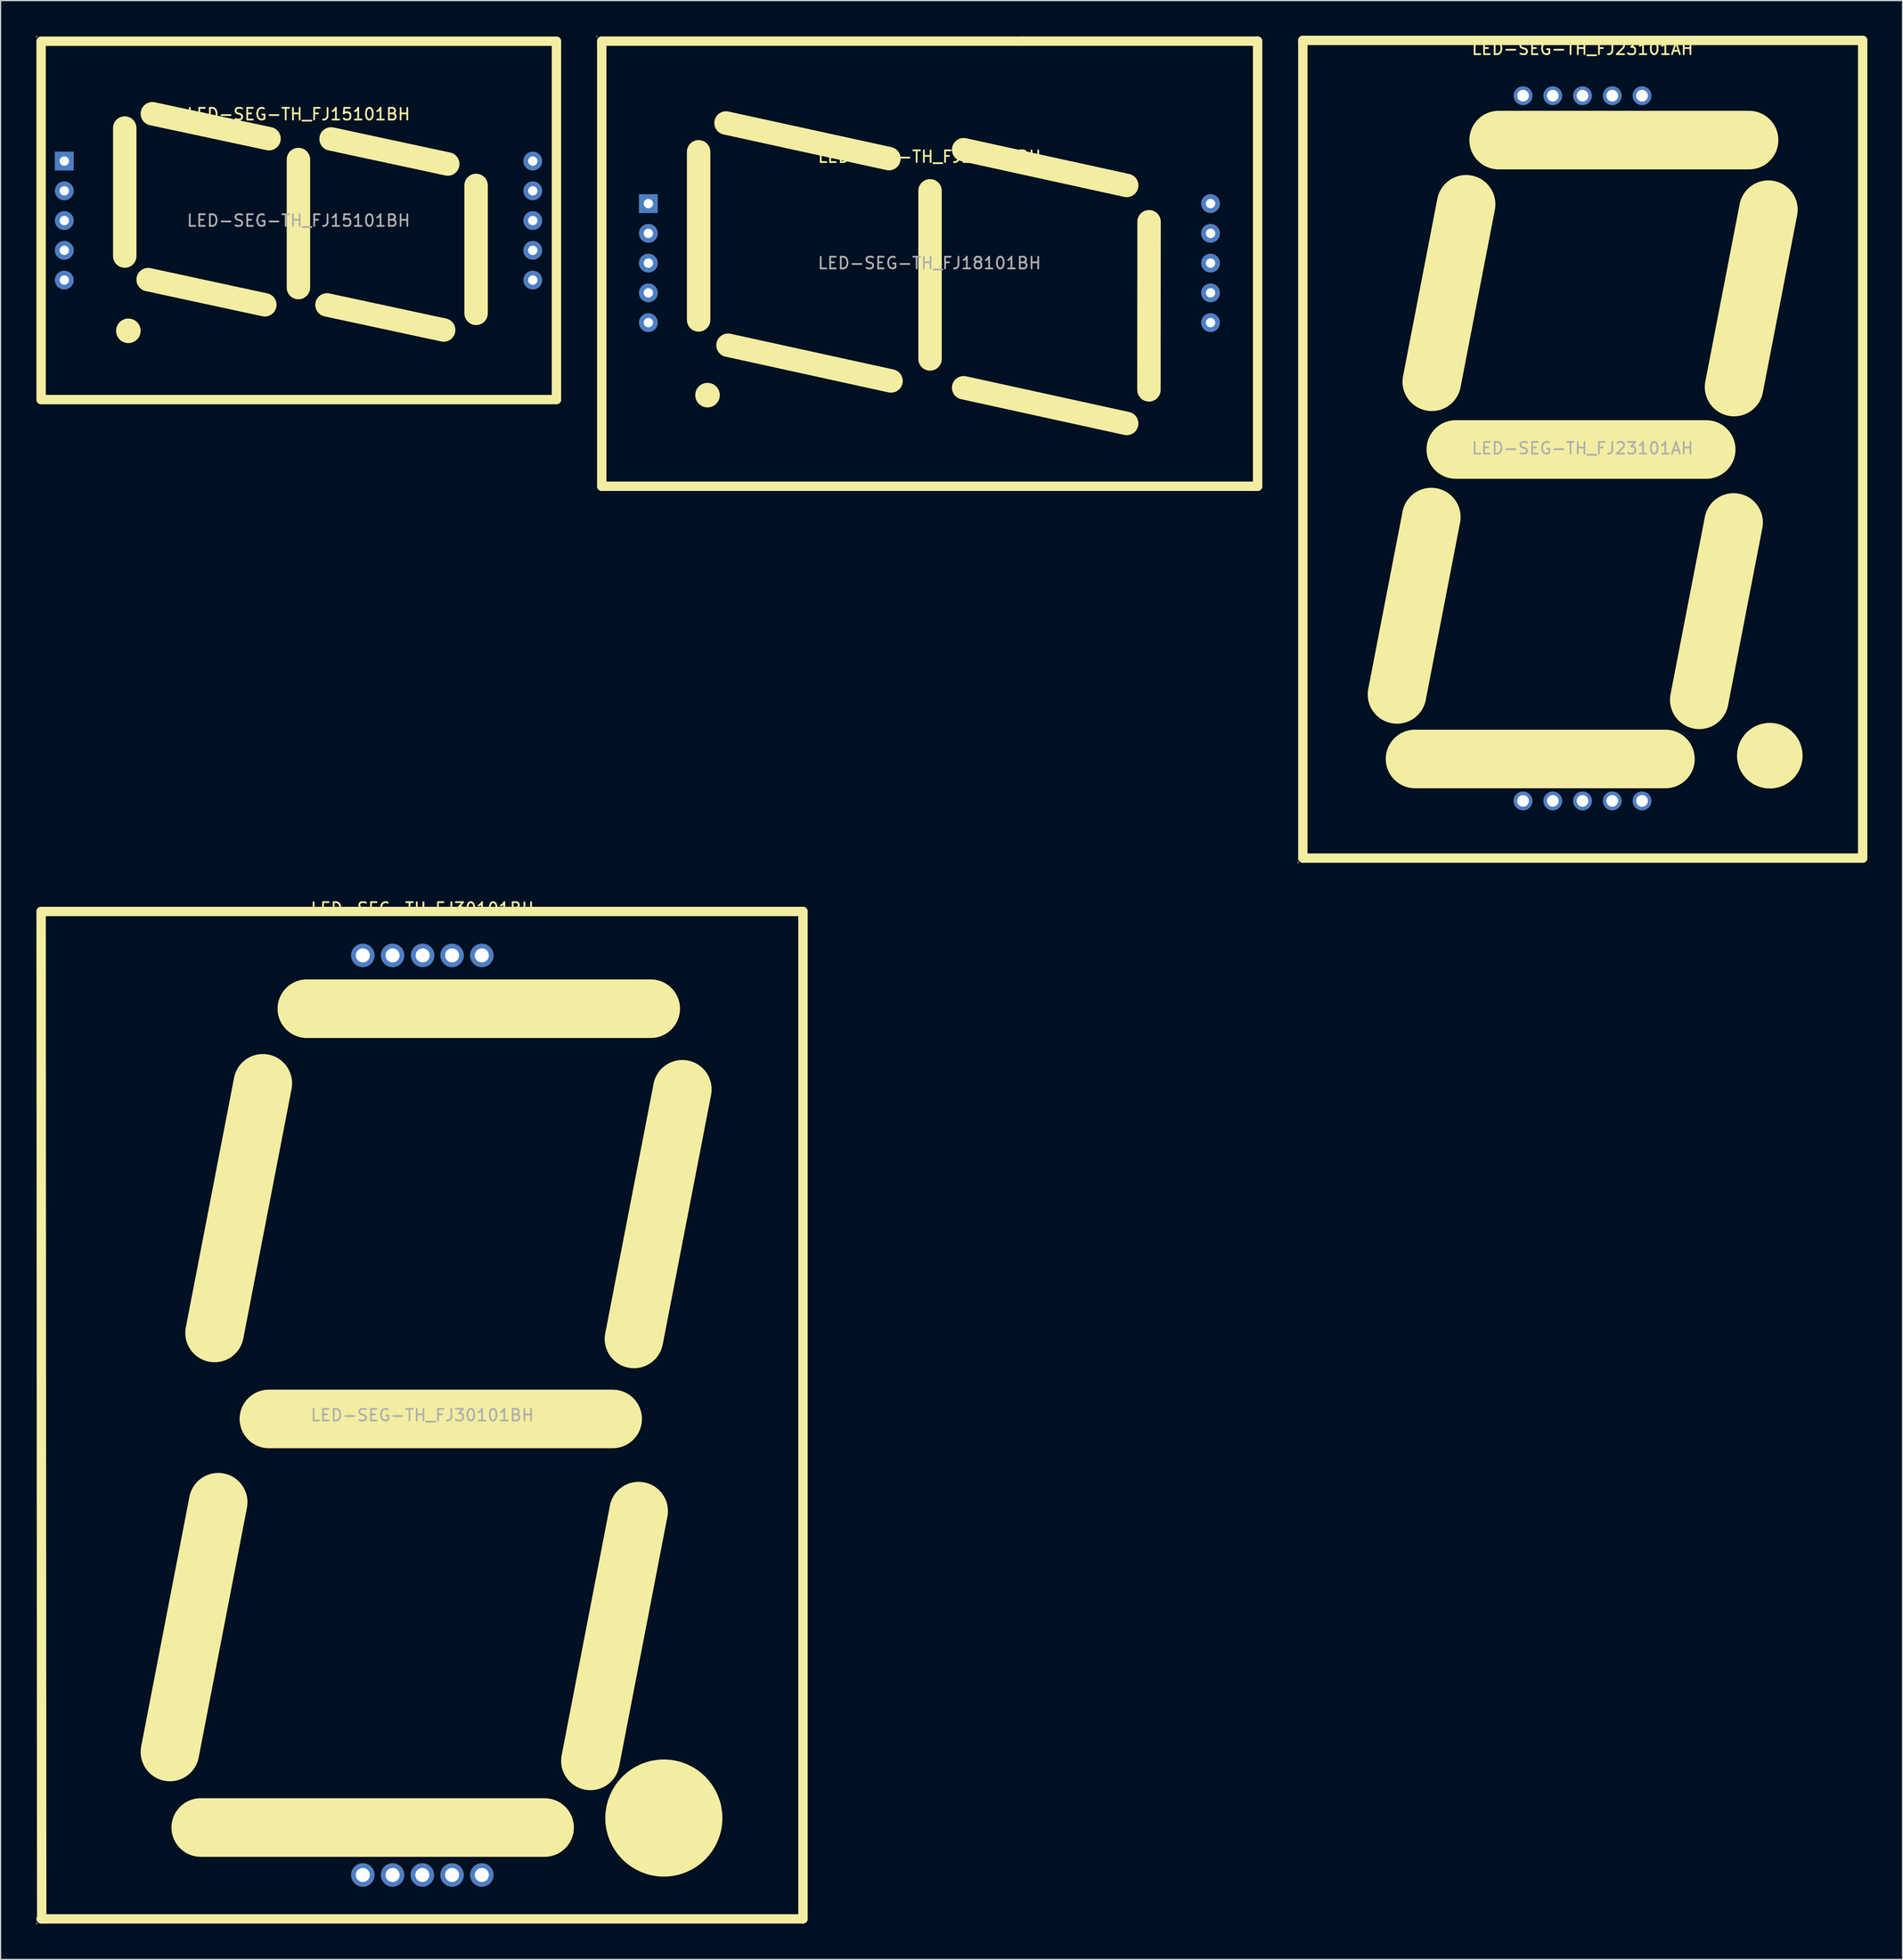
<source format=kicad_pcb>
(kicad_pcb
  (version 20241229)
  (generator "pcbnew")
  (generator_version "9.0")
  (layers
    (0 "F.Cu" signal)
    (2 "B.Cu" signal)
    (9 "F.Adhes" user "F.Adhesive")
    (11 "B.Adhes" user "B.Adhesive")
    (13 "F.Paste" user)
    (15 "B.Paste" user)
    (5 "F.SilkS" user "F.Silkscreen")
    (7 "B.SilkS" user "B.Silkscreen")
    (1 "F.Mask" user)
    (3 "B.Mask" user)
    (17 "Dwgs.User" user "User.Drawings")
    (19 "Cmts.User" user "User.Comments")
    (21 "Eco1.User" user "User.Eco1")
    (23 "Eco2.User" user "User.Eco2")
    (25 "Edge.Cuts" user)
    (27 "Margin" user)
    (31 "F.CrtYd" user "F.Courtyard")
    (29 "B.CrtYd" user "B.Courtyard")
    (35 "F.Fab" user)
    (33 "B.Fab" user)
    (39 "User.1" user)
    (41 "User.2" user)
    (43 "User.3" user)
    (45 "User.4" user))
  (footprint "LED-SEG-TH_FJ15101BH"
    (layer "F.Cu")
    (at 22.44 15.78)
    (property "Reference" "LED-SEG-TH_FJ15101BH" (at 0 -9.08 0) (layer "F.SilkS") (effects (font (size 1 1) (thickness 0.15))))
    (attr through_hole)
    (fp_line (start -21.98 -15.31) (end -21.98 15.28) (stroke (width 0.8) (type solid)) (layer "F.SilkS"))
    (fp_line (start -21.98 15.28) (end 22.02 15.28) (stroke (width 0.8) (type solid)) (layer "F.SilkS"))
    (fp_line (start -14.84 3.03) (end -14.84 -7.9) (stroke (width 2) (type solid)) (layer "F.SilkS"))
    (fp_line (start -12.84 5.04) (end -2.88 7.19) (stroke (width 2) (type solid)) (layer "F.SilkS"))
    (fp_line (start -12.48 -9.12) (end -2.52 -6.99) (stroke (width 2) (type solid)) (layer "F.SilkS"))
    (fp_line (start -0.01 5.72) (end -0.01 -5.21) (stroke (width 2) (type solid)) (layer "F.SilkS"))
    (fp_line (start 2.43 7.2) (end 12.39 9.34) (stroke (width 2) (type solid)) (layer "F.SilkS"))
    (fp_line (start 2.78 -6.97) (end 12.74 -4.83) (stroke (width 2) (type solid)) (layer "F.SilkS"))
    (fp_line (start 15.16 7.92) (end 15.16 -3) (stroke (width 2) (type solid)) (layer "F.SilkS"))
    (fp_line (start 22.02 -15.31) (end -21.98 -15.31) (stroke (width 0.8) (type solid)) (layer "F.SilkS"))
    (fp_line (start 22.02 15.28) (end 22.02 -15.31) (stroke (width 0.8) (type solid)) (layer "F.SilkS"))
    (fp_arc (start -14.23 9.41) (mid -14.829958 9.415) (end -14.230167 9.400001) (stroke (width 1.5) (type solid)) (layer "F.SilkS"))
    (fp_circle (center -22.38 -15.72) (end -22.35 -15.72) (stroke (width 0.06) (type solid)) (fill no) (layer "F.Fab"))
    (fp_circle (center -20 -5.08) (end -19.85 -5.08) (stroke (width 0.3) (type solid)) (fill no) (layer "F.Fab"))
    (fp_circle (center -20 -2.54) (end -19.85 -2.54) (stroke (width 0.3) (type solid)) (fill no) (layer "F.Fab"))
    (fp_circle (center -20 0) (end -19.85 0) (stroke (width 0.3) (type solid)) (fill no) (layer "F.Fab"))
    (fp_circle (center -20 2.54) (end -19.85 2.54) (stroke (width 0.3) (type solid)) (fill no) (layer "F.Fab"))
    (fp_circle (center -20 5.08) (end -19.85 5.08) (stroke (width 0.3) (type solid)) (fill no) (layer "F.Fab"))
    (fp_circle (center 20 -5.08) (end 20.15 -5.08) (stroke (width 0.3) (type solid)) (fill no) (layer "F.Fab"))
    (fp_circle (center 20 -2.54) (end 20.15 -2.54) (stroke (width 0.3) (type solid)) (fill no) (layer "F.Fab"))
    (fp_circle (center 20 0) (end 20.15 0) (stroke (width 0.3) (type solid)) (fill no) (layer "F.Fab"))
    (fp_circle (center 20 2.54) (end 20.15 2.54) (stroke (width 0.3) (type solid)) (fill no) (layer "F.Fab"))
    (fp_circle (center 20 5.08) (end 20.15 5.08) (stroke (width 0.3) (type solid)) (fill no) (layer "F.Fab"))
    (fp_text user "${REFERENCE}" (at 0 0 0) (layer "F.Fab") (effects (font (size 1 1) (thickness 0.15))))
    (pad "1" thru_hole rect (at -20 -5.08 180) (size 1.6 1.6) (drill 0.8) (layers "*.Cu" "*.Paste" "*.Mask"))
    (pad "2" thru_hole circle (at -20 -2.54 180) (size 1.6 1.6) (drill 0.8) (layers "*.Cu" "*.Paste" "*.Mask"))
    (pad "3" thru_hole circle (at -20 0 180) (size 1.6 1.6) (drill 0.8) (layers "*.Cu" "*.Paste" "*.Mask"))
    (pad "4" thru_hole circle (at -20 2.54 180) (size 1.6 1.6) (drill 0.8) (layers "*.Cu" "*.Paste" "*.Mask"))
    (pad "5" thru_hole circle (at -20 5.08 180) (size 1.6 1.6) (drill 0.8) (layers "*.Cu" "*.Paste" "*.Mask"))
    (pad "6" thru_hole circle (at 20 5.08 180) (size 1.6 1.6) (drill 0.8) (layers "*.Cu" "*.Paste" "*.Mask"))
    (pad "7" thru_hole circle (at 20 2.54 180) (size 1.6 1.6) (drill 0.8) (layers "*.Cu" "*.Paste" "*.Mask"))
    (pad "8" thru_hole circle (at 20 0 180) (size 1.6 1.6) (drill 0.8) (layers "*.Cu" "*.Paste" "*.Mask"))
    (pad "9" thru_hole circle (at 20 -2.54 180) (size 1.6 1.6) (drill 0.8) (layers "*.Cu" "*.Paste" "*.Mask"))
    (pad "10" thru_hole circle (at 20 -5.08 180) (size 1.6 1.6) (drill 0.8) (layers "*.Cu" "*.Paste" "*.Mask")))
  (footprint "LED-SEG-TH_FJ18101BH"
    (layer "F.Cu")
    (at 76.31 19.41)
    (property "Reference" "LED-SEG-TH_FJ18101BH" (at 0 -9.08 0) (layer "F.SilkS") (effects (font (size 1 1) (thickness 0.15))))
    (attr through_hole)
    (fp_line (start -27.98 -18.95) (end -27.98 19.05) (stroke (width 0.8) (type solid)) (layer "F.SilkS"))
    (fp_line (start -27.98 19.05) (end 28.02 19.05) (stroke (width 0.8) (type solid)) (layer "F.SilkS"))
    (fp_line (start -19.71 4.85) (end -19.71 -9.5) (stroke (width 2) (type solid)) (layer "F.SilkS"))
    (fp_line (start -17.37 -11.96) (end -3.46 -8.92) (stroke (width 2) (type solid)) (layer "F.SilkS"))
    (fp_line (start -17.2 7.01) (end -3.28 10.06) (stroke (width 2) (type solid)) (layer "F.SilkS"))
    (fp_line (start 0.05 8.18) (end 0.05 -6.17) (stroke (width 2) (type solid)) (layer "F.SilkS"))
    (fp_line (start 2.92 -9.68) (end 16.84 -6.63) (stroke (width 2) (type solid)) (layer "F.SilkS"))
    (fp_line (start 2.92 10.64) (end 16.84 13.69) (stroke (width 2) (type solid)) (layer "F.SilkS"))
    (fp_line (start 7.96 -18.95) (end -27.98 -18.95) (stroke (width 0.8) (type solid)) (layer "F.SilkS"))
    (fp_line (start 18.74 10.82) (end 18.75 -3.53) (stroke (width 2) (type solid)) (layer "F.SilkS"))
    (fp_line (start 28.02 -18.95) (end 7.96 -18.95) (stroke (width 0.8) (type solid)) (layer "F.SilkS"))
    (fp_line (start 28.02 19.05) (end 28.02 -18.95) (stroke (width 0.8) (type solid)) (layer "F.SilkS"))
    (fp_arc (start -18.65 11.27) (mid -19.249958 11.275) (end -18.650167 11.260001) (stroke (width 1.5) (type solid)) (layer "F.SilkS"))
    (fp_circle (center -28.39 -19.35) (end -28.36 -19.35) (stroke (width 0.06) (type solid)) (fill no) (layer "F.Fab"))
    (fp_circle (center -24 -5.08) (end -23.85 -5.08) (stroke (width 0.3) (type solid)) (fill no) (layer "F.Fab"))
    (fp_circle (center -24 -2.54) (end -23.85 -2.54) (stroke (width 0.3) (type solid)) (fill no) (layer "F.Fab"))
    (fp_circle (center -24 0) (end -23.85 0) (stroke (width 0.3) (type solid)) (fill no) (layer "F.Fab"))
    (fp_circle (center -24 2.54) (end -23.85 2.54) (stroke (width 0.3) (type solid)) (fill no) (layer "F.Fab"))
    (fp_circle (center -24 5.08) (end -23.85 5.08) (stroke (width 0.3) (type solid)) (fill no) (layer "F.Fab"))
    (fp_circle (center 24 -5.08) (end 24.15 -5.08) (stroke (width 0.3) (type solid)) (fill no) (layer "F.Fab"))
    (fp_circle (center 24 -2.54) (end 24.15 -2.54) (stroke (width 0.3) (type solid)) (fill no) (layer "F.Fab"))
    (fp_circle (center 24 0) (end 24.15 0) (stroke (width 0.3) (type solid)) (fill no) (layer "F.Fab"))
    (fp_circle (center 24 2.54) (end 24.15 2.54) (stroke (width 0.3) (type solid)) (fill no) (layer "F.Fab"))
    (fp_circle (center 24 5.08) (end 24.15 5.08) (stroke (width 0.3) (type solid)) (fill no) (layer "F.Fab"))
    (fp_text user "${REFERENCE}" (at 0 0 0) (layer "F.Fab") (effects (font (size 1 1) (thickness 0.15))))
    (pad "1" thru_hole rect (at -24 -5.08 180) (size 1.6 1.6) (drill 0.8) (layers "*.Cu" "*.Paste" "*.Mask"))
    (pad "2" thru_hole circle (at -24 -2.54 180) (size 1.6 1.6) (drill 0.8) (layers "*.Cu" "*.Paste" "*.Mask"))
    (pad "3" thru_hole circle (at -24 0 180) (size 1.6 1.6) (drill 0.8) (layers "*.Cu" "*.Paste" "*.Mask"))
    (pad "4" thru_hole circle (at -24 2.54 180) (size 1.6 1.6) (drill 0.8) (layers "*.Cu" "*.Paste" "*.Mask"))
    (pad "5" thru_hole circle (at -24 5.08 180) (size 1.6 1.6) (drill 0.8) (layers "*.Cu" "*.Paste" "*.Mask"))
    (pad "6" thru_hole circle (at 24 5.08 180) (size 1.6 1.6) (drill 0.8) (layers "*.Cu" "*.Paste" "*.Mask"))
    (pad "7" thru_hole circle (at 24 2.54 180) (size 1.6 1.6) (drill 0.8) (layers "*.Cu" "*.Paste" "*.Mask"))
    (pad "8" thru_hole circle (at 24 0 180) (size 1.6 1.6) (drill 0.8) (layers "*.Cu" "*.Paste" "*.Mask"))
    (pad "9" thru_hole circle (at 24 -2.54 180) (size 1.6 1.6) (drill 0.8) (layers "*.Cu" "*.Paste" "*.Mask"))
    (pad "10" thru_hole circle (at 24 -5.08 180) (size 1.6 1.6) (drill 0.8) (layers "*.Cu" "*.Paste" "*.Mask")))
  (footprint "LED-SEG-TH_FJ23101AH"
    (layer "F.Cu")
    (at 132.07 35.22)
    (property "Reference" "LED-SEG-TH_FJ23101AH" (at 0 -34.1 0) (layer "F.SilkS") (effects (font (size 1 1) (thickness 0.15))))
    (attr through_hole)
    (fp_line (start -23.88 -34.82) (end -23.88 34.98) (stroke (width 0.8) (type solid)) (layer "F.SilkS"))
    (fp_line (start -23.88 34.98) (end 23.92 34.98) (stroke (width 0.8) (type solid)) (layer "F.SilkS"))
    (fp_line (start -15.84 21.01) (end -12.91 5.87) (stroke (width 5) (type solid)) (layer "F.SilkS"))
    (fp_line (start -12.87 -5.68) (end -9.94 -20.83) (stroke (width 5) (type solid)) (layer "F.SilkS"))
    (fp_line (start 7.08 26.52) (end -14.3 26.52) (stroke (width 5) (type solid)) (layer "F.SilkS"))
    (fp_line (start 9.97 21.47) (end 12.9 6.33) (stroke (width 5) (type solid)) (layer "F.SilkS"))
    (fp_line (start 10.56 0.1) (end -10.82 0.1) (stroke (width 5) (type solid)) (layer "F.SilkS"))
    (fp_line (start 12.94 -5.23) (end 15.87 -20.37) (stroke (width 5) (type solid)) (layer "F.SilkS"))
    (fp_line (start 14.22 -26.31) (end -7.16 -26.31) (stroke (width 5) (type solid)) (layer "F.SilkS"))
    (fp_line (start 23.92 -34.82) (end -23.88 -34.82) (stroke (width 0.8) (type solid)) (layer "F.SilkS"))
    (fp_line (start 23.92 34.98) (end 23.92 -34.82) (stroke (width 0.8) (type solid)) (layer "F.SilkS"))
    (fp_arc (start 15.99 25.94) (mid 15.995 26.539958) (end 15.980001 25.940167) (stroke (width 5) (type solid)) (layer "F.SilkS"))
    (fp_circle (center -24.28 35.38) (end -24.25 35.38) (stroke (width 0.06) (type solid)) (fill no) (layer "F.Fab"))
    (fp_circle (center -5.08 -30.1) (end -4.88 -30.1) (stroke (width 0.4) (type solid)) (fill no) (layer "F.Fab"))
    (fp_circle (center -5.08 30.1) (end -4.88 30.1) (stroke (width 0.4) (type solid)) (fill no) (layer "F.Fab"))
    (fp_circle (center -2.54 -30.1) (end -2.34 -30.1) (stroke (width 0.4) (type solid)) (fill no) (layer "F.Fab"))
    (fp_circle (center -2.54 30.1) (end -2.34 30.1) (stroke (width 0.4) (type solid)) (fill no) (layer "F.Fab"))
    (fp_circle (center 0 -30.1) (end 0.2 -30.1) (stroke (width 0.4) (type solid)) (fill no) (layer "F.Fab"))
    (fp_circle (center 0 30.1) (end 0.2 30.1) (stroke (width 0.4) (type solid)) (fill no) (layer "F.Fab"))
    (fp_circle (center 2.54 -30.1) (end 2.74 -30.1) (stroke (width 0.4) (type solid)) (fill no) (layer "F.Fab"))
    (fp_circle (center 2.54 30.1) (end 2.74 30.1) (stroke (width 0.4) (type solid)) (fill no) (layer "F.Fab"))
    (fp_circle (center 5.08 -30.1) (end 5.28 -30.1) (stroke (width 0.4) (type solid)) (fill no) (layer "F.Fab"))
    (fp_circle (center 5.08 30.1) (end 5.28 30.1) (stroke (width 0.4) (type solid)) (fill no) (layer "F.Fab"))
    (fp_text user "${REFERENCE}" (at 0 0 0) (layer "F.Fab") (effects (font (size 1 1) (thickness 0.15))))
    (pad "1" thru_hole circle (at -5.08 30.1 270) (size 1.6 1.6) (drill 1) (layers "*.Cu" "*.Paste" "*.Mask"))
    (pad "2" thru_hole circle (at -2.54 30.1 270) (size 1.6 1.6) (drill 1) (layers "*.Cu" "*.Paste" "*.Mask"))
    (pad "3" thru_hole circle (at 0 30.1 270) (size 1.6 1.6) (drill 1) (layers "*.Cu" "*.Paste" "*.Mask"))
    (pad "4" thru_hole circle (at 2.54 30.1 270) (size 1.6 1.6) (drill 1) (layers "*.Cu" "*.Paste" "*.Mask"))
    (pad "5" thru_hole circle (at 5.08 30.1 270) (size 1.6 1.6) (drill 1) (layers "*.Cu" "*.Paste" "*.Mask"))
    (pad "6" thru_hole circle (at 5.08 -30.1 270) (size 1.6 1.6) (drill 1) (layers "*.Cu" "*.Paste" "*.Mask"))
    (pad "7" thru_hole circle (at 2.54 -30.1 270) (size 1.6 1.6) (drill 1) (layers "*.Cu" "*.Paste" "*.Mask"))
    (pad "8" thru_hole circle (at 0 -30.1 270) (size 1.6 1.6) (drill 1) (layers "*.Cu" "*.Paste" "*.Mask"))
    (pad "9" thru_hole circle (at -2.54 -30.1 270) (size 1.6 1.6) (drill 1) (layers "*.Cu" "*.Paste" "*.Mask"))
    (pad "10" thru_hole circle (at -5.08 -30.1 270) (size 1.6 1.6) (drill 1) (layers "*.Cu" "*.Paste" "*.Mask")))
  (footprint "LED-SEG-TH_FJ30101BH"
    (layer "F.Cu")
    (at 33.01 117.758)
    (property "Reference" "LED-SEG-TH_FJ30101BH" (at 0 -43.25 0) (layer "F.SilkS") (effects (font (size 1 1) (thickness 0.15))))
    (attr through_hole)
    (fp_line (start -32.55 -43) (end -32.5 43) (stroke (width 0.8) (type solid)) (layer "F.SilkS"))
    (fp_line (start -21.55 28.75) (end -17.43 7.43) (stroke (width 5) (type solid)) (layer "F.SilkS"))
    (fp_line (start -17.74 -7.02) (end -13.62 -28.33) (stroke (width 5) (type solid)) (layer "F.SilkS"))
    (fp_line (start 10.44 35.2) (end -18.92 35.2) (stroke (width 5) (type solid)) (layer "F.SilkS"))
    (fp_line (start 14.35 29.51) (end 18.47 8.19) (stroke (width 5) (type solid)) (layer "F.SilkS"))
    (fp_line (start 16.25 0.32) (end -13.1 0.32) (stroke (width 5) (type solid)) (layer "F.SilkS"))
    (fp_line (start 18.07 -6.51) (end 22.2 -27.82) (stroke (width 5) (type solid)) (layer "F.SilkS"))
    (fp_line (start 19.5 -34.7) (end -9.86 -34.7) (stroke (width 5) (type solid)) (layer "F.SilkS"))
    (fp_line (start 32.5 -43) (end -32.55 -43) (stroke (width 0.8) (type solid)) (layer "F.SilkS"))
    (fp_line (start 32.5 43) (end -32.55 43) (stroke (width 0.8) (type solid)) (layer "F.SilkS"))
    (fp_line (start 32.5 43) (end 32.5 -43) (stroke (width 0.8) (type solid)) (layer "F.SilkS"))
    (fp_arc (start 20.62 34.39) (mid 20.62 34.39) (end 20.62 34.39) (stroke (width 5) (type solid)) (layer "F.SilkS"))
    (fp_circle (center -32.95 43.4) (end -32.92 43.4) (stroke (width 0.06) (type solid)) (fill no) (layer "F.Fab"))
    (fp_circle (center -5.08 -39.25) (end -4.83 -39.25) (stroke (width 0.5) (type solid)) (fill no) (layer "F.Fab"))
    (fp_circle (center -5.08 39.25) (end -4.83 39.25) (stroke (width 0.5) (type solid)) (fill no) (layer "F.Fab"))
    (fp_circle (center -2.54 -39.25) (end -2.29 -39.25) (stroke (width 0.5) (type solid)) (fill no) (layer "F.Fab"))
    (fp_circle (center -2.54 39.25) (end -2.29 39.25) (stroke (width 0.5) (type solid)) (fill no) (layer "F.Fab"))
    (fp_circle (center 0 39.25) (end 0.25 39.25) (stroke (width 0.5) (type solid)) (fill no) (layer "F.Fab"))
    (fp_circle (center 0.03 -39.25) (end 0.28 -39.25) (stroke (width 0.5) (type solid)) (fill no) (layer "F.Fab"))
    (fp_circle (center 2.54 -39.25) (end 2.79 -39.25) (stroke (width 0.5) (type solid)) (fill no) (layer "F.Fab"))
    (fp_circle (center 2.54 39.25) (end 2.79 39.25) (stroke (width 0.5) (type solid)) (fill no) (layer "F.Fab"))
    (fp_circle (center 5.08 -39.25) (end 5.33 -39.25) (stroke (width 0.5) (type solid)) (fill no) (layer "F.Fab"))
    (fp_circle (center 5.08 39.25) (end 5.33 39.25) (stroke (width 0.5) (type solid)) (fill no) (layer "F.Fab"))
    (fp_text user "${REFERENCE}" (at 0 0 0) (layer "F.Fab") (effects (font (size 1 1) (thickness 0.15))))
    (pad "1" thru_hole circle (at -5.08 39.25 270) (size 2 2) (drill 1.2) (layers "*.Cu" "*.Paste" "*.Mask"))
    (pad "2" thru_hole circle (at -2.54 39.25 270) (size 2 2) (drill 1.2) (layers "*.Cu" "*.Paste" "*.Mask"))
    (pad "3" thru_hole circle (at 0 39.25 270) (size 2 2) (drill 1.2) (layers "*.Cu" "*.Paste" "*.Mask"))
    (pad "4" thru_hole circle (at 2.54 39.25 270) (size 2 2) (drill 1.2) (layers "*.Cu" "*.Paste" "*.Mask"))
    (pad "5" thru_hole circle (at 5.08 39.25 270) (size 2 2) (drill 1.2) (layers "*.Cu" "*.Paste" "*.Mask"))
    (pad "6" thru_hole circle (at 5.08 -39.25 270) (size 2 2) (drill 1.2) (layers "*.Cu" "*.Paste" "*.Mask"))
    (pad "7" thru_hole circle (at 2.54 -39.25 270) (size 2 2) (drill 1.2) (layers "*.Cu" "*.Paste" "*.Mask"))
    (pad "8" thru_hole circle (at 0.03 -39.25 270) (size 2 2) (drill 1.2) (layers "*.Cu" "*.Paste" "*.Mask"))
    (pad "9" thru_hole circle (at -2.54 -39.25 270) (size 2 2) (drill 1.2) (layers "*.Cu" "*.Paste" "*.Mask"))
    (pad "10" thru_hole circle (at -5.08 -39.25 270) (size 2 2) (drill 1.2) (layers "*.Cu" "*.Paste" "*.Mask")))
  (gr_rect
    (start -3 -3)
    (end 159.39 164.218)
    (stroke (width 0.1) (type default))
    (fill no)
    (layer "Edge.Cuts")))
</source>
